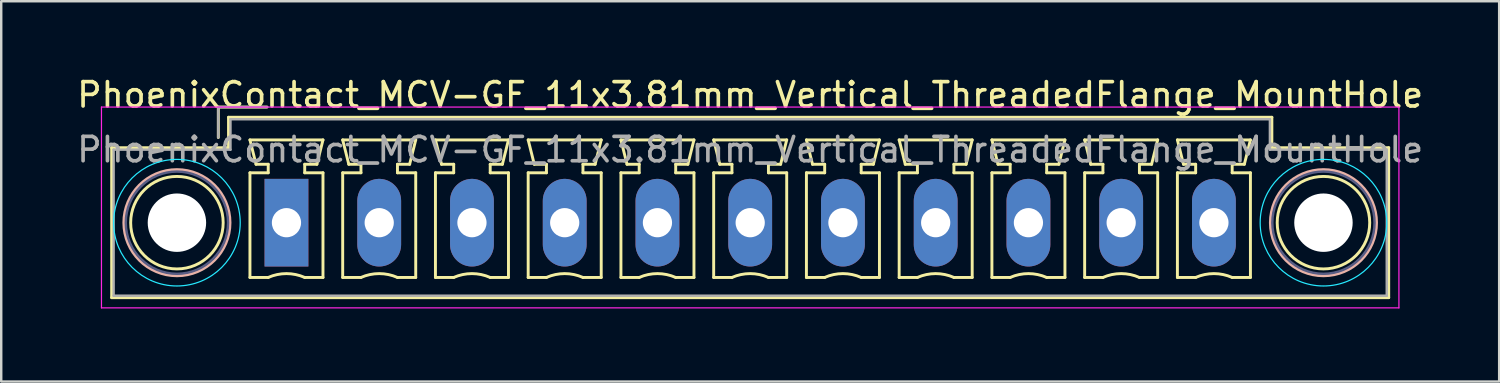
<source format=kicad_pcb>
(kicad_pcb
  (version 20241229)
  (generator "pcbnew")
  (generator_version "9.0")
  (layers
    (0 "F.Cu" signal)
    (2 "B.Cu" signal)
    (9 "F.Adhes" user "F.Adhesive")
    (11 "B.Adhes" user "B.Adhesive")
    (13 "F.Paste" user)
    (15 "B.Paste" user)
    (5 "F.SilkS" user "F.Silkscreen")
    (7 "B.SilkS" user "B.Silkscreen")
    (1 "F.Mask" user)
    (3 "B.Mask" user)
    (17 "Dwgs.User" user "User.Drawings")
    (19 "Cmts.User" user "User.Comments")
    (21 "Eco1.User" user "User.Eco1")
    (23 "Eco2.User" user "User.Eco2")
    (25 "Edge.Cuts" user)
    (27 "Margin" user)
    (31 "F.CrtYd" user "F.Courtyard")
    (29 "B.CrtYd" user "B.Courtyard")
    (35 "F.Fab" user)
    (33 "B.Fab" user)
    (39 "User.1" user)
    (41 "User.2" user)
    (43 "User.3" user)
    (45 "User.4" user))
  (footprint "PhoenixContact_MCV-GF_11x3.81mm_Vertical_ThreadedFlange_MountHole"
    (layer "F.Cu")
    (at 8.718 6.098)
    (property "Reference" "PhoenixContact_MCV-GF_11x3.81mm_Vertical_ThreadedFlange_MountHole" (at 19.05 -5.25 0) (layer "F.SilkS") (effects (font (size 1 1) (thickness 0.15))))
    (attr through_hole)
    (fp_line (start -7.18 -3.08) (end -7.18 3.08) (stroke (width 0.12) (type solid)) (layer "F.SilkS"))
    (fp_line (start -7.18 3.08) (end 45.28 3.08) (stroke (width 0.12) (type solid)) (layer "F.SilkS"))
    (fp_line (start -2.8 -4.75) (end -0.8 -4.75) (stroke (width 0.12) (type solid)) (layer "F.SilkS"))
    (fp_line (start -2.8 -3.5) (end -2.8 -4.75) (stroke (width 0.12) (type solid)) (layer "F.SilkS"))
    (fp_line (start -2.38 -4.33) (end -2.38 -3.08) (stroke (width 0.12) (type solid)) (layer "F.SilkS"))
    (fp_line (start -2.38 -3.08) (end -7.18 -3.08) (stroke (width 0.12) (type solid)) (layer "F.SilkS"))
    (fp_line (start -1.5 -3.4) (end 1.5 -3.4) (stroke (width 0.12) (type solid)) (layer "F.SilkS"))
    (fp_line (start -1.5 -2.05) (end -0.75 -2.05) (stroke (width 0.12) (type solid)) (layer "F.SilkS"))
    (fp_line (start -1.5 2.25) (end -1.5 -2.05) (stroke (width 0.12) (type solid)) (layer "F.SilkS"))
    (fp_line (start -1.25 -2.4) (end -1.5 -3.4) (stroke (width 0.12) (type solid)) (layer "F.SilkS"))
    (fp_line (start -0.75 -2.4) (end -1.25 -2.4) (stroke (width 0.12) (type solid)) (layer "F.SilkS"))
    (fp_line (start -0.75 -2.05) (end -0.75 -2.4) (stroke (width 0.12) (type solid)) (layer "F.SilkS"))
    (fp_line (start -0.75 2.25) (end -1.5 2.25) (stroke (width 0.12) (type solid)) (layer "F.SilkS"))
    (fp_line (start 0.75 -2.4) (end 0.75 -2.05) (stroke (width 0.12) (type solid)) (layer "F.SilkS"))
    (fp_line (start 0.75 -2.05) (end 1.5 -2.05) (stroke (width 0.12) (type solid)) (layer "F.SilkS"))
    (fp_line (start 1.25 -2.4) (end 0.75 -2.4) (stroke (width 0.12) (type solid)) (layer "F.SilkS"))
    (fp_line (start 1.5 -3.4) (end 1.25 -2.4) (stroke (width 0.12) (type solid)) (layer "F.SilkS"))
    (fp_line (start 1.5 -2.05) (end 1.5 2.25) (stroke (width 0.12) (type solid)) (layer "F.SilkS"))
    (fp_line (start 1.5 2.25) (end 0.75 2.25) (stroke (width 0.12) (type solid)) (layer "F.SilkS"))
    (fp_line (start 2.31 -3.4) (end 5.31 -3.4) (stroke (width 0.12) (type solid)) (layer "F.SilkS"))
    (fp_line (start 2.31 -2.05) (end 3.06 -2.05) (stroke (width 0.12) (type solid)) (layer "F.SilkS"))
    (fp_line (start 2.31 2.25) (end 2.31 -2.05) (stroke (width 0.12) (type solid)) (layer "F.SilkS"))
    (fp_line (start 2.56 -2.4) (end 2.31 -3.4) (stroke (width 0.12) (type solid)) (layer "F.SilkS"))
    (fp_line (start 3.06 -2.4) (end 2.56 -2.4) (stroke (width 0.12) (type solid)) (layer "F.SilkS"))
    (fp_line (start 3.06 -2.05) (end 3.06 -2.4) (stroke (width 0.12) (type solid)) (layer "F.SilkS"))
    (fp_line (start 3.06 2.25) (end 2.31 2.25) (stroke (width 0.12) (type solid)) (layer "F.SilkS"))
    (fp_line (start 4.56 -2.4) (end 4.56 -2.05) (stroke (width 0.12) (type solid)) (layer "F.SilkS"))
    (fp_line (start 4.56 -2.05) (end 5.31 -2.05) (stroke (width 0.12) (type solid)) (layer "F.SilkS"))
    (fp_line (start 5.06 -2.4) (end 4.56 -2.4) (stroke (width 0.12) (type solid)) (layer "F.SilkS"))
    (fp_line (start 5.31 -3.4) (end 5.06 -2.4) (stroke (width 0.12) (type solid)) (layer "F.SilkS"))
    (fp_line (start 5.31 -2.05) (end 5.31 2.25) (stroke (width 0.12) (type solid)) (layer "F.SilkS"))
    (fp_line (start 5.31 2.25) (end 4.56 2.25) (stroke (width 0.12) (type solid)) (layer "F.SilkS"))
    (fp_line (start 6.12 -3.4) (end 9.12 -3.4) (stroke (width 0.12) (type solid)) (layer "F.SilkS"))
    (fp_line (start 6.12 -2.05) (end 6.87 -2.05) (stroke (width 0.12) (type solid)) (layer "F.SilkS"))
    (fp_line (start 6.12 2.25) (end 6.12 -2.05) (stroke (width 0.12) (type solid)) (layer "F.SilkS"))
    (fp_line (start 6.37 -2.4) (end 6.12 -3.4) (stroke (width 0.12) (type solid)) (layer "F.SilkS"))
    (fp_line (start 6.87 -2.4) (end 6.37 -2.4) (stroke (width 0.12) (type solid)) (layer "F.SilkS"))
    (fp_line (start 6.87 -2.05) (end 6.87 -2.4) (stroke (width 0.12) (type solid)) (layer "F.SilkS"))
    (fp_line (start 6.87 2.25) (end 6.12 2.25) (stroke (width 0.12) (type solid)) (layer "F.SilkS"))
    (fp_line (start 8.37 -2.4) (end 8.37 -2.05) (stroke (width 0.12) (type solid)) (layer "F.SilkS"))
    (fp_line (start 8.37 -2.05) (end 9.12 -2.05) (stroke (width 0.12) (type solid)) (layer "F.SilkS"))
    (fp_line (start 8.87 -2.4) (end 8.37 -2.4) (stroke (width 0.12) (type solid)) (layer "F.SilkS"))
    (fp_line (start 9.12 -3.4) (end 8.87 -2.4) (stroke (width 0.12) (type solid)) (layer "F.SilkS"))
    (fp_line (start 9.12 -2.05) (end 9.12 2.25) (stroke (width 0.12) (type solid)) (layer "F.SilkS"))
    (fp_line (start 9.12 2.25) (end 8.37 2.25) (stroke (width 0.12) (type solid)) (layer "F.SilkS"))
    (fp_line (start 9.93 -3.4) (end 12.93 -3.4) (stroke (width 0.12) (type solid)) (layer "F.SilkS"))
    (fp_line (start 9.93 -2.05) (end 10.68 -2.05) (stroke (width 0.12) (type solid)) (layer "F.SilkS"))
    (fp_line (start 9.93 2.25) (end 9.93 -2.05) (stroke (width 0.12) (type solid)) (layer "F.SilkS"))
    (fp_line (start 10.18 -2.4) (end 9.93 -3.4) (stroke (width 0.12) (type solid)) (layer "F.SilkS"))
    (fp_line (start 10.68 -2.4) (end 10.18 -2.4) (stroke (width 0.12) (type solid)) (layer "F.SilkS"))
    (fp_line (start 10.68 -2.05) (end 10.68 -2.4) (stroke (width 0.12) (type solid)) (layer "F.SilkS"))
    (fp_line (start 10.68 2.25) (end 9.93 2.25) (stroke (width 0.12) (type solid)) (layer "F.SilkS"))
    (fp_line (start 12.18 -2.4) (end 12.18 -2.05) (stroke (width 0.12) (type solid)) (layer "F.SilkS"))
    (fp_line (start 12.18 -2.05) (end 12.93 -2.05) (stroke (width 0.12) (type solid)) (layer "F.SilkS"))
    (fp_line (start 12.68 -2.4) (end 12.18 -2.4) (stroke (width 0.12) (type solid)) (layer "F.SilkS"))
    (fp_line (start 12.93 -3.4) (end 12.68 -2.4) (stroke (width 0.12) (type solid)) (layer "F.SilkS"))
    (fp_line (start 12.93 -2.05) (end 12.93 2.25) (stroke (width 0.12) (type solid)) (layer "F.SilkS"))
    (fp_line (start 12.93 2.25) (end 12.18 2.25) (stroke (width 0.12) (type solid)) (layer "F.SilkS"))
    (fp_line (start 13.74 -3.4) (end 16.74 -3.4) (stroke (width 0.12) (type solid)) (layer "F.SilkS"))
    (fp_line (start 13.74 -2.05) (end 14.49 -2.05) (stroke (width 0.12) (type solid)) (layer "F.SilkS"))
    (fp_line (start 13.74 2.25) (end 13.74 -2.05) (stroke (width 0.12) (type solid)) (layer "F.SilkS"))
    (fp_line (start 13.99 -2.4) (end 13.74 -3.4) (stroke (width 0.12) (type solid)) (layer "F.SilkS"))
    (fp_line (start 14.49 -2.4) (end 13.99 -2.4) (stroke (width 0.12) (type solid)) (layer "F.SilkS"))
    (fp_line (start 14.49 -2.05) (end 14.49 -2.4) (stroke (width 0.12) (type solid)) (layer "F.SilkS"))
    (fp_line (start 14.49 2.25) (end 13.74 2.25) (stroke (width 0.12) (type solid)) (layer "F.SilkS"))
    (fp_line (start 15.99 -2.4) (end 15.99 -2.05) (stroke (width 0.12) (type solid)) (layer "F.SilkS"))
    (fp_line (start 15.99 -2.05) (end 16.74 -2.05) (stroke (width 0.12) (type solid)) (layer "F.SilkS"))
    (fp_line (start 16.49 -2.4) (end 15.99 -2.4) (stroke (width 0.12) (type solid)) (layer "F.SilkS"))
    (fp_line (start 16.74 -3.4) (end 16.49 -2.4) (stroke (width 0.12) (type solid)) (layer "F.SilkS"))
    (fp_line (start 16.74 -2.05) (end 16.74 2.25) (stroke (width 0.12) (type solid)) (layer "F.SilkS"))
    (fp_line (start 16.74 2.25) (end 15.99 2.25) (stroke (width 0.12) (type solid)) (layer "F.SilkS"))
    (fp_line (start 17.55 -3.4) (end 20.55 -3.4) (stroke (width 0.12) (type solid)) (layer "F.SilkS"))
    (fp_line (start 17.55 -2.05) (end 18.3 -2.05) (stroke (width 0.12) (type solid)) (layer "F.SilkS"))
    (fp_line (start 17.55 2.25) (end 17.55 -2.05) (stroke (width 0.12) (type solid)) (layer "F.SilkS"))
    (fp_line (start 17.8 -2.4) (end 17.55 -3.4) (stroke (width 0.12) (type solid)) (layer "F.SilkS"))
    (fp_line (start 18.3 -2.4) (end 17.8 -2.4) (stroke (width 0.12) (type solid)) (layer "F.SilkS"))
    (fp_line (start 18.3 -2.05) (end 18.3 -2.4) (stroke (width 0.12) (type solid)) (layer "F.SilkS"))
    (fp_line (start 18.3 2.25) (end 17.55 2.25) (stroke (width 0.12) (type solid)) (layer "F.SilkS"))
    (fp_line (start 19.8 -2.4) (end 19.8 -2.05) (stroke (width 0.12) (type solid)) (layer "F.SilkS"))
    (fp_line (start 19.8 -2.05) (end 20.55 -2.05) (stroke (width 0.12) (type solid)) (layer "F.SilkS"))
    (fp_line (start 20.3 -2.4) (end 19.8 -2.4) (stroke (width 0.12) (type solid)) (layer "F.SilkS"))
    (fp_line (start 20.55 -3.4) (end 20.3 -2.4) (stroke (width 0.12) (type solid)) (layer "F.SilkS"))
    (fp_line (start 20.55 -2.05) (end 20.55 2.25) (stroke (width 0.12) (type solid)) (layer "F.SilkS"))
    (fp_line (start 20.55 2.25) (end 19.8 2.25) (stroke (width 0.12) (type solid)) (layer "F.SilkS"))
    (fp_line (start 21.36 -3.4) (end 24.36 -3.4) (stroke (width 0.12) (type solid)) (layer "F.SilkS"))
    (fp_line (start 21.36 -2.05) (end 22.11 -2.05) (stroke (width 0.12) (type solid)) (layer "F.SilkS"))
    (fp_line (start 21.36 2.25) (end 21.36 -2.05) (stroke (width 0.12) (type solid)) (layer "F.SilkS"))
    (fp_line (start 21.61 -2.4) (end 21.36 -3.4) (stroke (width 0.12) (type solid)) (layer "F.SilkS"))
    (fp_line (start 22.11 -2.4) (end 21.61 -2.4) (stroke (width 0.12) (type solid)) (layer "F.SilkS"))
    (fp_line (start 22.11 -2.05) (end 22.11 -2.4) (stroke (width 0.12) (type solid)) (layer "F.SilkS"))
    (fp_line (start 22.11 2.25) (end 21.36 2.25) (stroke (width 0.12) (type solid)) (layer "F.SilkS"))
    (fp_line (start 23.61 -2.4) (end 23.61 -2.05) (stroke (width 0.12) (type solid)) (layer "F.SilkS"))
    (fp_line (start 23.61 -2.05) (end 24.36 -2.05) (stroke (width 0.12) (type solid)) (layer "F.SilkS"))
    (fp_line (start 24.11 -2.4) (end 23.61 -2.4) (stroke (width 0.12) (type solid)) (layer "F.SilkS"))
    (fp_line (start 24.36 -3.4) (end 24.11 -2.4) (stroke (width 0.12) (type solid)) (layer "F.SilkS"))
    (fp_line (start 24.36 -2.05) (end 24.36 2.25) (stroke (width 0.12) (type solid)) (layer "F.SilkS"))
    (fp_line (start 24.36 2.25) (end 23.61 2.25) (stroke (width 0.12) (type solid)) (layer "F.SilkS"))
    (fp_line (start 25.17 -3.4) (end 28.17 -3.4) (stroke (width 0.12) (type solid)) (layer "F.SilkS"))
    (fp_line (start 25.17 -2.05) (end 25.92 -2.05) (stroke (width 0.12) (type solid)) (layer "F.SilkS"))
    (fp_line (start 25.17 2.25) (end 25.17 -2.05) (stroke (width 0.12) (type solid)) (layer "F.SilkS"))
    (fp_line (start 25.42 -2.4) (end 25.17 -3.4) (stroke (width 0.12) (type solid)) (layer "F.SilkS"))
    (fp_line (start 25.92 -2.4) (end 25.42 -2.4) (stroke (width 0.12) (type solid)) (layer "F.SilkS"))
    (fp_line (start 25.92 -2.05) (end 25.92 -2.4) (stroke (width 0.12) (type solid)) (layer "F.SilkS"))
    (fp_line (start 25.92 2.25) (end 25.17 2.25) (stroke (width 0.12) (type solid)) (layer "F.SilkS"))
    (fp_line (start 27.42 -2.4) (end 27.42 -2.05) (stroke (width 0.12) (type solid)) (layer "F.SilkS"))
    (fp_line (start 27.42 -2.05) (end 28.17 -2.05) (stroke (width 0.12) (type solid)) (layer "F.SilkS"))
    (fp_line (start 27.92 -2.4) (end 27.42 -2.4) (stroke (width 0.12) (type solid)) (layer "F.SilkS"))
    (fp_line (start 28.17 -3.4) (end 27.92 -2.4) (stroke (width 0.12) (type solid)) (layer "F.SilkS"))
    (fp_line (start 28.17 -2.05) (end 28.17 2.25) (stroke (width 0.12) (type solid)) (layer "F.SilkS"))
    (fp_line (start 28.17 2.25) (end 27.42 2.25) (stroke (width 0.12) (type solid)) (layer "F.SilkS"))
    (fp_line (start 28.98 -3.4) (end 31.98 -3.4) (stroke (width 0.12) (type solid)) (layer "F.SilkS"))
    (fp_line (start 28.98 -2.05) (end 29.73 -2.05) (stroke (width 0.12) (type solid)) (layer "F.SilkS"))
    (fp_line (start 28.98 2.25) (end 28.98 -2.05) (stroke (width 0.12) (type solid)) (layer "F.SilkS"))
    (fp_line (start 29.23 -2.4) (end 28.98 -3.4) (stroke (width 0.12) (type solid)) (layer "F.SilkS"))
    (fp_line (start 29.73 -2.4) (end 29.23 -2.4) (stroke (width 0.12) (type solid)) (layer "F.SilkS"))
    (fp_line (start 29.73 -2.05) (end 29.73 -2.4) (stroke (width 0.12) (type solid)) (layer "F.SilkS"))
    (fp_line (start 29.73 2.25) (end 28.98 2.25) (stroke (width 0.12) (type solid)) (layer "F.SilkS"))
    (fp_line (start 31.23 -2.4) (end 31.23 -2.05) (stroke (width 0.12) (type solid)) (layer "F.SilkS"))
    (fp_line (start 31.23 -2.05) (end 31.98 -2.05) (stroke (width 0.12) (type solid)) (layer "F.SilkS"))
    (fp_line (start 31.73 -2.4) (end 31.23 -2.4) (stroke (width 0.12) (type solid)) (layer "F.SilkS"))
    (fp_line (start 31.98 -3.4) (end 31.73 -2.4) (stroke (width 0.12) (type solid)) (layer "F.SilkS"))
    (fp_line (start 31.98 -2.05) (end 31.98 2.25) (stroke (width 0.12) (type solid)) (layer "F.SilkS"))
    (fp_line (start 31.98 2.25) (end 31.23 2.25) (stroke (width 0.12) (type solid)) (layer "F.SilkS"))
    (fp_line (start 32.79 -3.4) (end 35.79 -3.4) (stroke (width 0.12) (type solid)) (layer "F.SilkS"))
    (fp_line (start 32.79 -2.05) (end 33.54 -2.05) (stroke (width 0.12) (type solid)) (layer "F.SilkS"))
    (fp_line (start 32.79 2.25) (end 32.79 -2.05) (stroke (width 0.12) (type solid)) (layer "F.SilkS"))
    (fp_line (start 33.04 -2.4) (end 32.79 -3.4) (stroke (width 0.12) (type solid)) (layer "F.SilkS"))
    (fp_line (start 33.54 -2.4) (end 33.04 -2.4) (stroke (width 0.12) (type solid)) (layer "F.SilkS"))
    (fp_line (start 33.54 -2.05) (end 33.54 -2.4) (stroke (width 0.12) (type solid)) (layer "F.SilkS"))
    (fp_line (start 33.54 2.25) (end 32.79 2.25) (stroke (width 0.12) (type solid)) (layer "F.SilkS"))
    (fp_line (start 35.04 -2.4) (end 35.04 -2.05) (stroke (width 0.12) (type solid)) (layer "F.SilkS"))
    (fp_line (start 35.04 -2.05) (end 35.79 -2.05) (stroke (width 0.12) (type solid)) (layer "F.SilkS"))
    (fp_line (start 35.54 -2.4) (end 35.04 -2.4) (stroke (width 0.12) (type solid)) (layer "F.SilkS"))
    (fp_line (start 35.79 -3.4) (end 35.54 -2.4) (stroke (width 0.12) (type solid)) (layer "F.SilkS"))
    (fp_line (start 35.79 -2.05) (end 35.79 2.25) (stroke (width 0.12) (type solid)) (layer "F.SilkS"))
    (fp_line (start 35.79 2.25) (end 35.04 2.25) (stroke (width 0.12) (type solid)) (layer "F.SilkS"))
    (fp_line (start 36.6 -3.4) (end 39.6 -3.4) (stroke (width 0.12) (type solid)) (layer "F.SilkS"))
    (fp_line (start 36.6 -2.05) (end 37.35 -2.05) (stroke (width 0.12) (type solid)) (layer "F.SilkS"))
    (fp_line (start 36.6 2.25) (end 36.6 -2.05) (stroke (width 0.12) (type solid)) (layer "F.SilkS"))
    (fp_line (start 36.85 -2.4) (end 36.6 -3.4) (stroke (width 0.12) (type solid)) (layer "F.SilkS"))
    (fp_line (start 37.35 -2.4) (end 36.85 -2.4) (stroke (width 0.12) (type solid)) (layer "F.SilkS"))
    (fp_line (start 37.35 -2.05) (end 37.35 -2.4) (stroke (width 0.12) (type solid)) (layer "F.SilkS"))
    (fp_line (start 37.35 2.25) (end 36.6 2.25) (stroke (width 0.12) (type solid)) (layer "F.SilkS"))
    (fp_line (start 38.85 -2.4) (end 38.85 -2.05) (stroke (width 0.12) (type solid)) (layer "F.SilkS"))
    (fp_line (start 38.85 -2.05) (end 39.6 -2.05) (stroke (width 0.12) (type solid)) (layer "F.SilkS"))
    (fp_line (start 39.35 -2.4) (end 38.85 -2.4) (stroke (width 0.12) (type solid)) (layer "F.SilkS"))
    (fp_line (start 39.6 -3.4) (end 39.35 -2.4) (stroke (width 0.12) (type solid)) (layer "F.SilkS"))
    (fp_line (start 39.6 -2.05) (end 39.6 2.25) (stroke (width 0.12) (type solid)) (layer "F.SilkS"))
    (fp_line (start 39.6 2.25) (end 38.85 2.25) (stroke (width 0.12) (type solid)) (layer "F.SilkS"))
    (fp_line (start 40.48 -4.33) (end -2.38 -4.33) (stroke (width 0.12) (type solid)) (layer "F.SilkS"))
    (fp_line (start 40.48 -3.08) (end 40.48 -4.33) (stroke (width 0.12) (type solid)) (layer "F.SilkS"))
    (fp_line (start 45.28 -3.08) (end 40.48 -3.08) (stroke (width 0.12) (type solid)) (layer "F.SilkS"))
    (fp_line (start 45.28 3.08) (end 45.28 -3.08) (stroke (width 0.12) (type solid)) (layer "F.SilkS"))
    (fp_arc (start -0.75 2.25) (mid -0.000193 2.09191) (end 0.749647 2.249844) (stroke (width 0.12) (type solid)) (layer "F.SilkS"))
    (fp_arc (start 3.06 2.25) (mid 3.809807 2.09191) (end 4.559647 2.249844) (stroke (width 0.12) (type solid)) (layer "F.SilkS"))
    (fp_arc (start 6.87 2.25) (mid 7.619807 2.09191) (end 8.369647 2.249844) (stroke (width 0.12) (type solid)) (layer "F.SilkS"))
    (fp_arc (start 10.68 2.25) (mid 11.429807 2.09191) (end 12.179647 2.249844) (stroke (width 0.12) (type solid)) (layer "F.SilkS"))
    (fp_arc (start 14.49 2.25) (mid 15.239807 2.09191) (end 15.989647 2.249844) (stroke (width 0.12) (type solid)) (layer "F.SilkS"))
    (fp_arc (start 18.3 2.25) (mid 19.049807 2.09191) (end 19.799647 2.249844) (stroke (width 0.12) (type solid)) (layer "F.SilkS"))
    (fp_arc (start 22.11 2.25) (mid 22.859807 2.09191) (end 23.609647 2.249844) (stroke (width 0.12) (type solid)) (layer "F.SilkS"))
    (fp_arc (start 25.92 2.25) (mid 26.669807 2.09191) (end 27.419647 2.249844) (stroke (width 0.12) (type solid)) (layer "F.SilkS"))
    (fp_arc (start 29.73 2.25) (mid 30.479807 2.09191) (end 31.229647 2.249844) (stroke (width 0.12) (type solid)) (layer "F.SilkS"))
    (fp_arc (start 33.54 2.25) (mid 34.289807 2.09191) (end 35.039647 2.249844) (stroke (width 0.12) (type solid)) (layer "F.SilkS"))
    (fp_arc (start 37.35 2.25) (mid 38.099807 2.09191) (end 38.849647 2.249844) (stroke (width 0.12) (type solid)) (layer "F.SilkS"))
    (fp_circle (center -4.5 0) (end -2.6 0) (stroke (width 0.12) (type solid)) (fill no) (layer "F.SilkS"))
    (fp_circle (center 42.6 0) (end 44.5 0) (stroke (width 0.12) (type solid)) (fill no) (layer "F.SilkS"))
    (fp_circle (center -4.5 0) (end -2.32 0) (stroke (width 0.12) (type solid)) (fill no) (layer "B.SilkS"))
    (fp_circle (center 42.6 0) (end 44.78 0) (stroke (width 0.12) (type solid)) (fill no) (layer "B.SilkS"))
    (fp_circle (center -4.5 0) (end -1.9 0) (stroke (width 0.05) (type solid)) (fill no) (layer "B.CrtYd"))
    (fp_circle (center 42.6 0) (end 45.2 0) (stroke (width 0.05) (type solid)) (fill no) (layer "B.CrtYd"))
    (fp_line (start -7.6 -4.75) (end -7.6 3.5) (stroke (width 0.05) (type solid)) (layer "F.CrtYd"))
    (fp_line (start -7.6 3.5) (end 45.7 3.5) (stroke (width 0.05) (type solid)) (layer "F.CrtYd"))
    (fp_line (start 45.7 -4.75) (end -7.6 -4.75) (stroke (width 0.05) (type solid)) (layer "F.CrtYd"))
    (fp_line (start 45.7 3.5) (end 45.7 -4.75) (stroke (width 0.05) (type solid)) (layer "F.CrtYd"))
    (fp_circle (center -4.5 0) (end -2.4 0) (stroke (width 0.1) (type solid)) (fill no) (layer "B.Fab"))
    (fp_circle (center 42.6 0) (end 44.7 0) (stroke (width 0.1) (type solid)) (fill no) (layer "B.Fab"))
    (fp_line (start -7.1 -3) (end -7.1 3) (stroke (width 0.1) (type solid)) (layer "F.Fab"))
    (fp_line (start -7.1 3) (end 45.2 3) (stroke (width 0.1) (type solid)) (layer "F.Fab"))
    (fp_line (start -2.8 -4.75) (end -0.8 -4.75) (stroke (width 0.1) (type solid)) (layer "F.Fab"))
    (fp_line (start -2.8 -3.5) (end -2.8 -4.75) (stroke (width 0.1) (type solid)) (layer "F.Fab"))
    (fp_line (start -2.3 -4.25) (end -2.3 -3) (stroke (width 0.1) (type solid)) (layer "F.Fab"))
    (fp_line (start -2.3 -3) (end -7.1 -3) (stroke (width 0.1) (type solid)) (layer "F.Fab"))
    (fp_line (start 40.4 -4.25) (end -2.3 -4.25) (stroke (width 0.1) (type solid)) (layer "F.Fab"))
    (fp_line (start 40.4 -3) (end 40.4 -4.25) (stroke (width 0.1) (type solid)) (layer "F.Fab"))
    (fp_line (start 45.2 -3) (end 40.4 -3) (stroke (width 0.1) (type solid)) (layer "F.Fab"))
    (fp_line (start 45.2 3) (end 45.2 -3) (stroke (width 0.1) (type solid)) (layer "F.Fab"))
    (fp_text user "${REFERENCE}" (at 19.05 -3 0) (layer "F.Fab") (effects (font (size 1 1) (thickness 0.15))))
    (pad "" np_thru_hole circle (at -4.5 0) (size 2.4 2.4) (drill 2.4) (layers "*.Cu" "*.Mask"))
    (pad "" np_thru_hole circle (at 42.6 0) (size 2.4 2.4) (drill 2.4) (layers "*.Cu" "*.Mask"))
    (pad "1" thru_hole rect (at 0 0) (size 1.8 3.6) (drill 1.2) (layers "*.Cu" "*.Mask"))
    (pad "2" thru_hole oval (at 3.81 0) (size 1.8 3.6) (drill 1.2) (layers "*.Cu" "*.Mask"))
    (pad "3" thru_hole oval (at 7.62 0) (size 1.8 3.6) (drill 1.2) (layers "*.Cu" "*.Mask"))
    (pad "4" thru_hole oval (at 11.43 0) (size 1.8 3.6) (drill 1.2) (layers "*.Cu" "*.Mask"))
    (pad "5" thru_hole oval (at 15.24 0) (size 1.8 3.6) (drill 1.2) (layers "*.Cu" "*.Mask"))
    (pad "6" thru_hole oval (at 19.05 0) (size 1.8 3.6) (drill 1.2) (layers "*.Cu" "*.Mask"))
    (pad "7" thru_hole oval (at 22.86 0) (size 1.8 3.6) (drill 1.2) (layers "*.Cu" "*.Mask"))
    (pad "8" thru_hole oval (at 26.67 0) (size 1.8 3.6) (drill 1.2) (layers "*.Cu" "*.Mask"))
    (pad "9" thru_hole oval (at 30.48 0) (size 1.8 3.6) (drill 1.2) (layers "*.Cu" "*.Mask"))
    (pad "10" thru_hole oval (at 34.29 0) (size 1.8 3.6) (drill 1.2) (layers "*.Cu" "*.Mask"))
    (pad "11" thru_hole oval (at 38.1 0) (size 1.8 3.6) (drill 1.2) (layers "*.Cu" "*.Mask")))
  (gr_rect
    (start -3 -3)
    (end 58.536 12.623)
    (stroke (width 0.1) (type default))
    (fill no)
    (layer "Edge.Cuts")))
</source>
